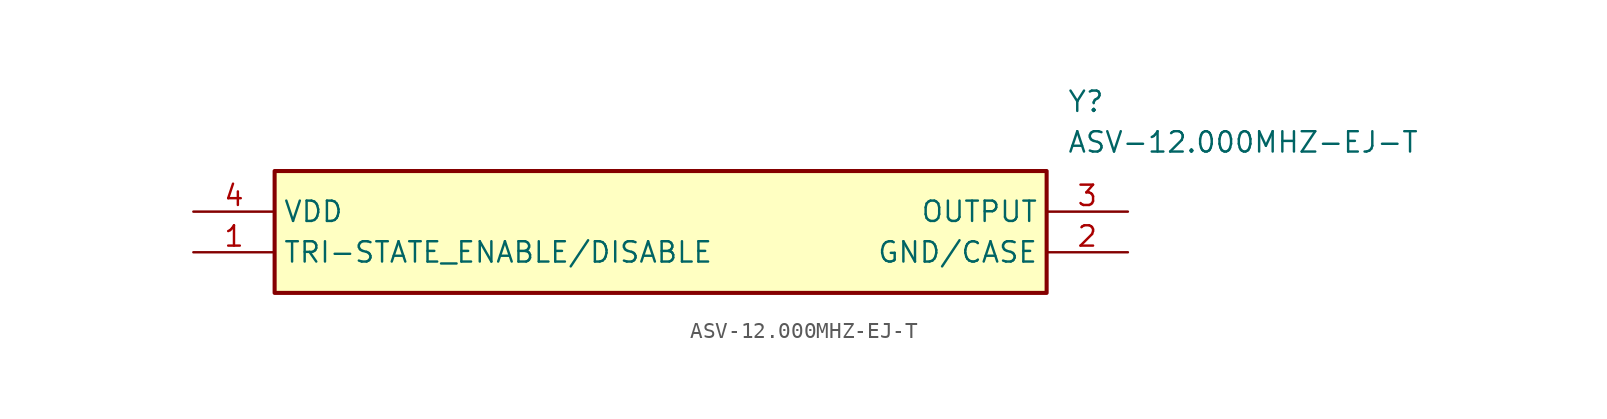
<source format=kicad_sym>
(kicad_symbol_lib
  (version 20211014)
  (generator SamacSys_ECAD_Model)
  (symbol "ASV-12.000MHZ-EJ-T"
    (property "Reference" "Y"
      (at 54.61 7.62 0)
      (effects (font (size 1.27 1.27)) (justify left top)))
    (property "Value" "ASV-12.000MHZ-EJ-T"
      (at 54.61 5.08 0)
      (effects (font (size 1.27 1.27)) (justify left top)))
    (rectangle
      (start 5.08 2.54)
      (end 53.34 -5.08)
      (stroke (width 0.254) (type default))
      (fill (type background)))
    (pin passive line
      (at 0 -2.54 0)
      (length 5.08)
      (name "TRI-STATE_ENABLE/DISABLE" (effects (font (size 1.27 1.27))))
      (number "1" (effects (font (size 1.27 1.27)))))
    (pin passive line
      (at 58.42 -2.54 180)
      (length 5.08)
      (name "GND/CASE" (effects (font (size 1.27 1.27))))
      (number "2" (effects (font (size 1.27 1.27)))))
    (pin passive line
      (at 58.42 0 180)
      (length 5.08)
      (name "OUTPUT" (effects (font (size 1.27 1.27))))
      (number "3" (effects (font (size 1.27 1.27)))))
    (pin passive line
      (at 0 0 0)
      (length 5.08)
      (name "VDD" (effects (font (size 1.27 1.27))))
      (number "4" (effects (font (size 1.27 1.27)))))))
</source>
